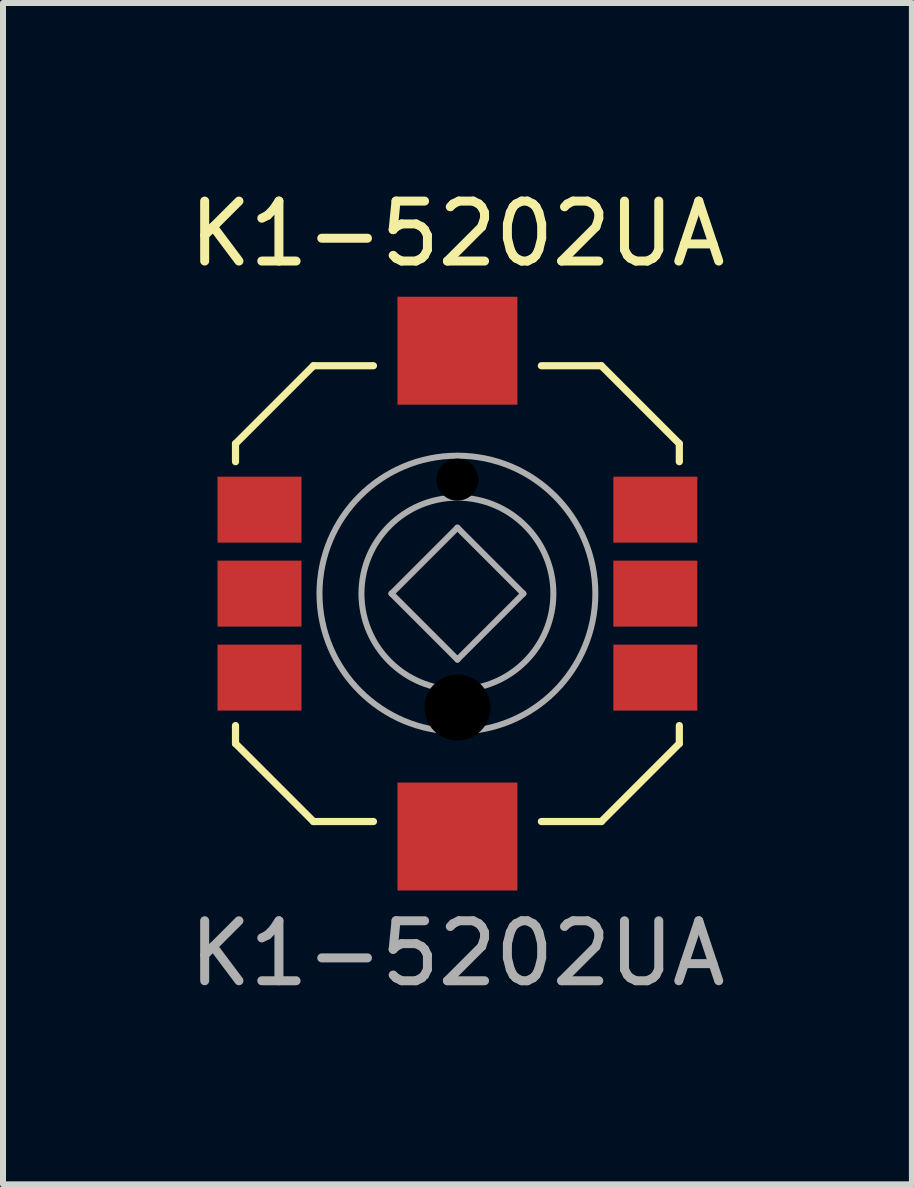
<source format=kicad_pcb>
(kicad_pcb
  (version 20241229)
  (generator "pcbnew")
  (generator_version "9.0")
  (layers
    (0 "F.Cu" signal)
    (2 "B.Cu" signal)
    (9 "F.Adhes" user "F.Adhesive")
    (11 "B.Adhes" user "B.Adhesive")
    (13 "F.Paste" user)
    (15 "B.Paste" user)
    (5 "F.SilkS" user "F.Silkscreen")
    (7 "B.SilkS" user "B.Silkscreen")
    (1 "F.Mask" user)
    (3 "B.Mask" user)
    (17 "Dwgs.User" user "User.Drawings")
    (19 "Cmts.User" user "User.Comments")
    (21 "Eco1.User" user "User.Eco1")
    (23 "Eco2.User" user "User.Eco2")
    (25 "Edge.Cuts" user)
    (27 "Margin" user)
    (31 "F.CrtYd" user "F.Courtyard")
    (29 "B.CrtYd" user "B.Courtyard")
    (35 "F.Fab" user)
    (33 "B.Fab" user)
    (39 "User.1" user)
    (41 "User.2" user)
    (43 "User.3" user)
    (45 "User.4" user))
  (footprint "K1-5202UA"
    (layer "F.Cu")
    (at 4.577 6.848)
    (property "Reference" "K1-5202UA" (at 0 -6 0) (unlocked yes) (layer "F.SilkS") (effects (font (size 1 1) (thickness 0.15))))
    (attr smd)
    (fp_line (start -3.7 -2.5) (end -3.7 -2.2) (stroke (width 0.12) (type solid)) (layer "F.SilkS"))
    (fp_line (start -3.7 -2.5) (end -2.4 -3.8) (stroke (width 0.12) (type solid)) (layer "F.SilkS"))
    (fp_line (start -3.7 2.5) (end -3.7 2.2) (stroke (width 0.12) (type solid)) (layer "F.SilkS"))
    (fp_line (start -3.7 2.5) (end -2.4 3.8) (stroke (width 0.12) (type solid)) (layer "F.SilkS"))
    (fp_line (start -2.4 -3.8) (end -1.4 -3.8) (stroke (width 0.12) (type solid)) (layer "F.SilkS"))
    (fp_line (start -2.4 3.8) (end -1.4 3.8) (stroke (width 0.12) (type solid)) (layer "F.SilkS"))
    (fp_line (start 2.4 -3.8) (end 1.4 -3.8) (stroke (width 0.12) (type solid)) (layer "F.SilkS"))
    (fp_line (start 2.4 3.8) (end 1.4 3.8) (stroke (width 0.12) (type solid)) (layer "F.SilkS"))
    (fp_line (start 3.7 -2.5) (end 2.4 -3.8) (stroke (width 0.12) (type solid)) (layer "F.SilkS"))
    (fp_line (start 3.7 -2.5) (end 3.7 -2.2) (stroke (width 0.12) (type solid)) (layer "F.SilkS"))
    (fp_line (start 3.7 2.5) (end 2.4 3.8) (stroke (width 0.12) (type solid)) (layer "F.SilkS"))
    (fp_line (start 3.7 2.5) (end 3.7 2.2) (stroke (width 0.12) (type solid)) (layer "F.SilkS"))
    (fp_line (start -1.1 0) (end 0 -1.1) (stroke (width 0.1) (type solid)) (layer "F.Fab"))
    (fp_line (start -1.1 0) (end 0 1.1) (stroke (width 0.1) (type solid)) (layer "F.Fab"))
    (fp_line (start 0 -1.1) (end 1.1 0) (stroke (width 0.1) (type solid)) (layer "F.Fab"))
    (fp_line (start 0 1.1) (end 1.1 0) (stroke (width 0.1) (type solid)) (layer "F.Fab"))
    (fp_circle (center 0 0) (end 1.6 0) (stroke (width 0.1) (type solid)) (fill no) (layer "F.Fab"))
    (fp_circle (center 0 0) (end 2.3 0) (stroke (width 0.1) (type solid)) (fill no) (layer "F.Fab"))
    (fp_text user "${REFERENCE}" (at 0 6 0) (unlocked yes) (layer "F.Fab") (effects (font (size 1 1) (thickness 0.15))))
    (pad "" np_thru_hole circle (at 0 -1.9) (size 0.7 0.7) (drill 0.7) (layers "*.Mask"))
    (pad "" np_thru_hole circle (at 0 1.9) (size 1.1 1.1) (drill 1.1) (layers "*.Mask"))
    (pad "1" smd rect (at -3.3 -1.4) (size 1.4 1.1) (layers "F.Cu" "F.Mask" "F.Paste"))
    (pad "2" smd rect (at -3.3 0) (size 1.4 1.1) (layers "F.Cu" "F.Mask" "F.Paste"))
    (pad "3" smd rect (at -3.3 1.4) (size 1.4 1.1) (layers "F.Cu" "F.Mask" "F.Paste"))
    (pad "4" smd rect (at 3.3 -1.4) (size 1.4 1.1) (layers "F.Cu" "F.Mask" "F.Paste"))
    (pad "5" smd rect (at 0 -4.05) (size 2 1.8) (layers "F.Cu" "F.Mask" "F.Paste"))
    (pad "5" smd rect (at 0 4.05) (size 2 1.8) (layers "F.Cu" "F.Mask" "F.Paste"))
    (pad "5" smd rect (at 3.3 0) (size 1.4 1.1) (layers "F.Cu" "F.Mask" "F.Paste"))
    (pad "6" smd rect (at 3.3 1.4) (size 1.4 1.1) (layers "F.Cu" "F.Mask" "F.Paste")))
  (gr_rect
    (start -3 -3)
    (end 12.155 16.697)
    (stroke (width 0.1) (type default))
    (fill no)
    (layer "Edge.Cuts")))
</source>
